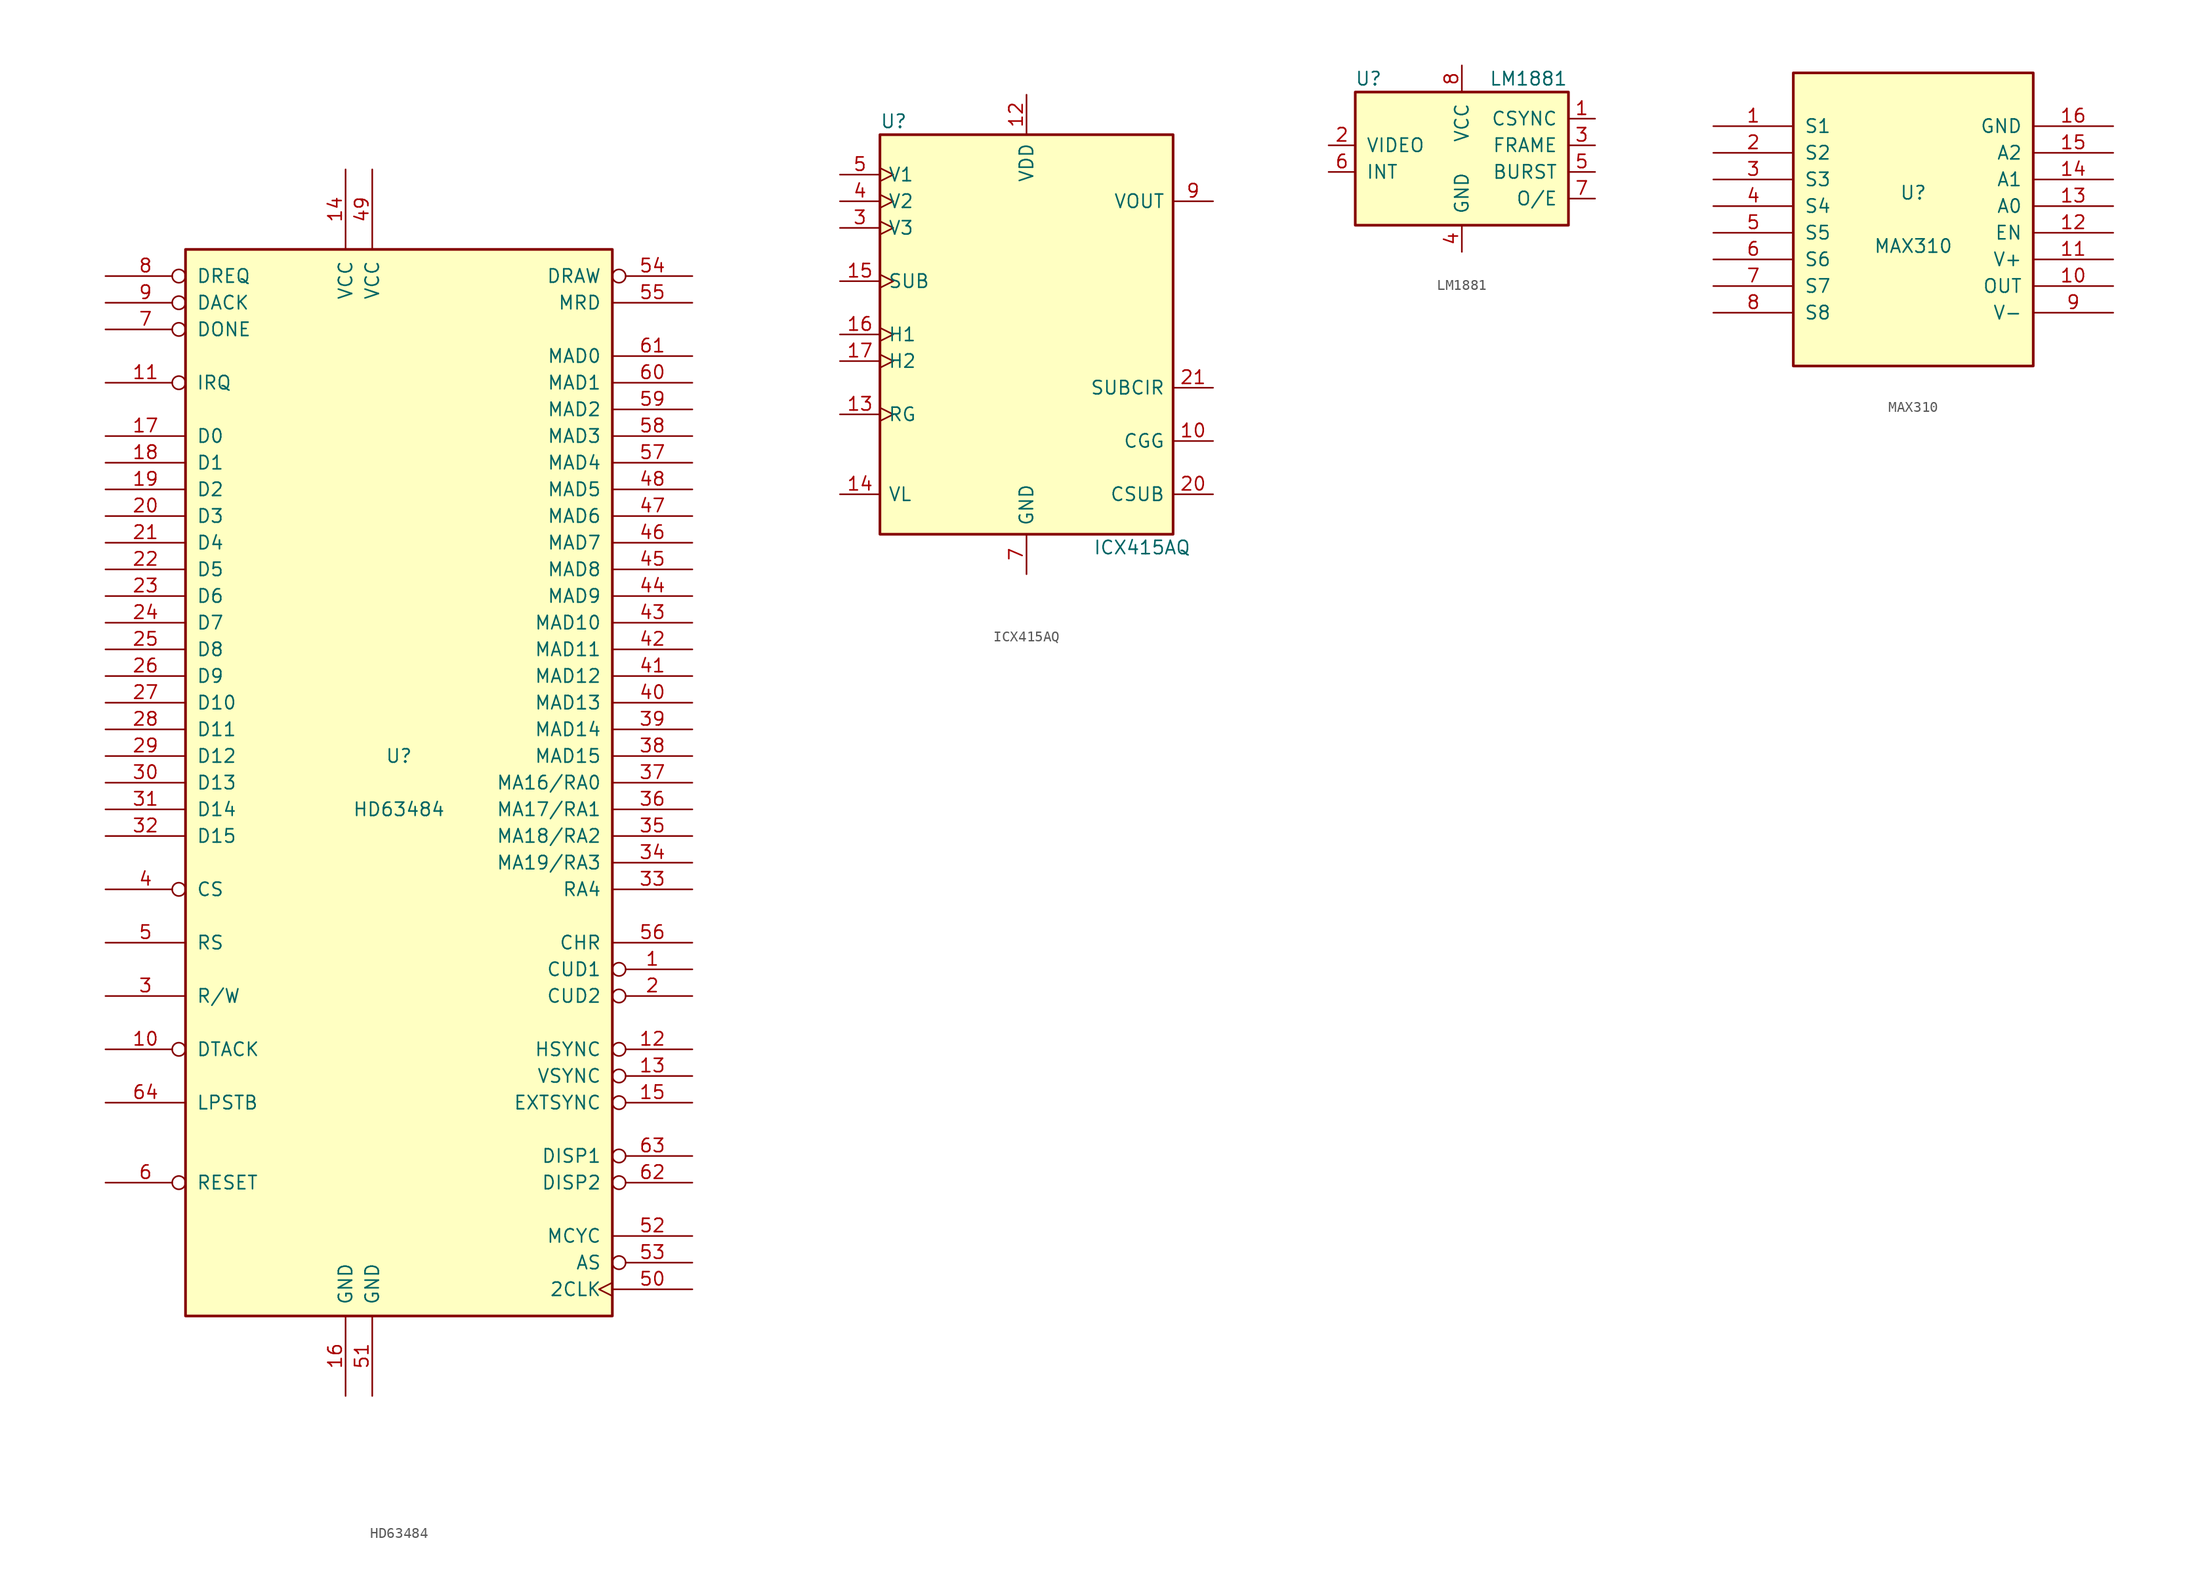
<source format=kicad_sym>
(kicad_symbol_lib
  (version 20241209)
  (generator "kicad_symbol_editor")
  (generator_version "9.0")
  (symbol "HD63484"
    (pin_names
      (offset 1.016))
    (property "Reference" "U"
      (at 0 2.54 0)
      (effects (font (size 1.27 1.27))))
    (property "Value" "HD63484"
      (at 0 -2.54 0)
      (effects (font (size 1.27 1.27))))
    (symbol "HD63484_0_1"
      (rectangle (start -20.32 -50.8) (end 20.32 50.8) (stroke (width 0.254) (type default)) (fill (type background))))
    (symbol "HD63484_1_1"
      (pin output inverted (at -27.94 48.26 0) (length 7.62) (name "DREQ" (effects (font (size 1.27 1.27)))) (number "8" (effects (font (size 1.27 1.27)))))
      (pin input inverted (at -27.94 45.72 0) (length 7.62) (name "DACK" (effects (font (size 1.27 1.27)))) (number "9" (effects (font (size 1.27 1.27)))))
      (pin input inverted (at -27.94 43.18 0) (length 7.62) (name "DONE" (effects (font (size 1.27 1.27)))) (number "7" (effects (font (size 1.27 1.27)))))
      (pin output inverted (at -27.94 38.1 0) (length 7.62) (name "IRQ" (effects (font (size 1.27 1.27)))) (number "11" (effects (font (size 1.27 1.27)))))
      (pin tri_state line (at -27.94 33.02 0) (length 7.62) (name "D0" (effects (font (size 1.27 1.27)))) (number "17" (effects (font (size 1.27 1.27)))))
      (pin tri_state line (at -27.94 30.48 0) (length 7.62) (name "D1" (effects (font (size 1.27 1.27)))) (number "18" (effects (font (size 1.27 1.27)))))
      (pin tri_state line (at -27.94 27.94 0) (length 7.62) (name "D2" (effects (font (size 1.27 1.27)))) (number "19" (effects (font (size 1.27 1.27)))))
      (pin tri_state line (at -27.94 25.4 0) (length 7.62) (name "D3" (effects (font (size 1.27 1.27)))) (number "20" (effects (font (size 1.27 1.27)))))
      (pin tri_state line (at -27.94 22.86 0) (length 7.62) (name "D4" (effects (font (size 1.27 1.27)))) (number "21" (effects (font (size 1.27 1.27)))))
      (pin tri_state line (at -27.94 20.32 0) (length 7.62) (name "D5" (effects (font (size 1.27 1.27)))) (number "22" (effects (font (size 1.27 1.27)))))
      (pin tri_state line (at -27.94 17.78 0) (length 7.62) (name "D6" (effects (font (size 1.27 1.27)))) (number "23" (effects (font (size 1.27 1.27)))))
      (pin tri_state line (at -27.94 15.24 0) (length 7.62) (name "D7" (effects (font (size 1.27 1.27)))) (number "24" (effects (font (size 1.27 1.27)))))
      (pin tri_state line (at -27.94 12.7 0) (length 7.62) (name "D8" (effects (font (size 1.27 1.27)))) (number "25" (effects (font (size 1.27 1.27)))))
      (pin tri_state line (at -27.94 10.16 0) (length 7.62) (name "D9" (effects (font (size 1.27 1.27)))) (number "26" (effects (font (size 1.27 1.27)))))
      (pin tri_state line (at -27.94 7.62 0) (length 7.62) (name "D10" (effects (font (size 1.27 1.27)))) (number "27" (effects (font (size 1.27 1.27)))))
      (pin tri_state line (at -27.94 5.08 0) (length 7.62) (name "D11" (effects (font (size 1.27 1.27)))) (number "28" (effects (font (size 1.27 1.27)))))
      (pin tri_state line (at -27.94 2.54 0) (length 7.62) (name "D12" (effects (font (size 1.27 1.27)))) (number "29" (effects (font (size 1.27 1.27)))))
      (pin tri_state line (at -27.94 0 0) (length 7.62) (name "D13" (effects (font (size 1.27 1.27)))) (number "30" (effects (font (size 1.27 1.27)))))
      (pin tri_state line (at -27.94 -2.54 0) (length 7.62) (name "D14" (effects (font (size 1.27 1.27)))) (number "31" (effects (font (size 1.27 1.27)))))
      (pin tri_state line (at -27.94 -5.08 0) (length 7.62) (name "D15" (effects (font (size 1.27 1.27)))) (number "32" (effects (font (size 1.27 1.27)))))
      (pin input inverted (at -27.94 -10.16 0) (length 7.62) (name "CS" (effects (font (size 1.27 1.27)))) (number "4" (effects (font (size 1.27 1.27)))))
      (pin input line (at -27.94 -15.24 0) (length 7.62) (name "RS" (effects (font (size 1.27 1.27)))) (number "5" (effects (font (size 1.27 1.27)))))
      (pin input line (at -27.94 -20.32 0) (length 7.62) (name "R/W" (effects (font (size 1.27 1.27)))) (number "3" (effects (font (size 1.27 1.27)))))
      (pin output inverted (at -27.94 -25.4 0) (length 7.62) (name "DTACK" (effects (font (size 1.27 1.27)))) (number "10" (effects (font (size 1.27 1.27)))))
      (pin input line (at -27.94 -30.48 0) (length 7.62) (name "LPSTB" (effects (font (size 1.27 1.27)))) (number "64" (effects (font (size 1.27 1.27)))))
      (pin input inverted (at -27.94 -38.1 0) (length 7.62) (name "RESET" (effects (font (size 1.27 1.27)))) (number "6" (effects (font (size 1.27 1.27)))))
      (pin input line (at -5.08 58.42 270) (length 7.62) (name "VCC" (effects (font (size 1.27 1.27)))) (number "14" (effects (font (size 1.27 1.27)))))
      (pin input line (at -5.08 -58.42 90) (length 7.62) (name "GND" (effects (font (size 1.27 1.27)))) (number "16" (effects (font (size 1.27 1.27)))))
      (pin input line (at -2.54 58.42 270) (length 7.62) (name "VCC" (effects (font (size 1.27 1.27)))) (number "49" (effects (font (size 1.27 1.27)))))
      (pin input line (at -2.54 -58.42 90) (length 7.62) (name "GND" (effects (font (size 1.27 1.27)))) (number "51" (effects (font (size 1.27 1.27)))))
      (pin output inverted (at 27.94 48.26 180) (length 7.62) (name "DRAW" (effects (font (size 1.27 1.27)))) (number "54" (effects (font (size 1.27 1.27)))))
      (pin output line (at 27.94 45.72 180) (length 7.62) (name "MRD" (effects (font (size 1.27 1.27)))) (number "55" (effects (font (size 1.27 1.27)))))
      (pin tri_state line (at 27.94 40.64 180) (length 7.62) (name "MAD0" (effects (font (size 1.27 1.27)))) (number "61" (effects (font (size 1.27 1.27)))))
      (pin tri_state line (at 27.94 38.1 180) (length 7.62) (name "MAD1" (effects (font (size 1.27 1.27)))) (number "60" (effects (font (size 1.27 1.27)))))
      (pin tri_state line (at 27.94 35.56 180) (length 7.62) (name "MAD2" (effects (font (size 1.27 1.27)))) (number "59" (effects (font (size 1.27 1.27)))))
      (pin tri_state line (at 27.94 33.02 180) (length 7.62) (name "MAD3" (effects (font (size 1.27 1.27)))) (number "58" (effects (font (size 1.27 1.27)))))
      (pin tri_state line (at 27.94 30.48 180) (length 7.62) (name "MAD4" (effects (font (size 1.27 1.27)))) (number "57" (effects (font (size 1.27 1.27)))))
      (pin tri_state line (at 27.94 27.94 180) (length 7.62) (name "MAD5" (effects (font (size 1.27 1.27)))) (number "48" (effects (font (size 1.27 1.27)))))
      (pin tri_state line (at 27.94 25.4 180) (length 7.62) (name "MAD6" (effects (font (size 1.27 1.27)))) (number "47" (effects (font (size 1.27 1.27)))))
      (pin tri_state line (at 27.94 22.86 180) (length 7.62) (name "MAD7" (effects (font (size 1.27 1.27)))) (number "46" (effects (font (size 1.27 1.27)))))
      (pin tri_state line (at 27.94 20.32 180) (length 7.62) (name "MAD8" (effects (font (size 1.27 1.27)))) (number "45" (effects (font (size 1.27 1.27)))))
      (pin tri_state line (at 27.94 17.78 180) (length 7.62) (name "MAD9" (effects (font (size 1.27 1.27)))) (number "44" (effects (font (size 1.27 1.27)))))
      (pin tri_state line (at 27.94 15.24 180) (length 7.62) (name "MAD10" (effects (font (size 1.27 1.27)))) (number "43" (effects (font (size 1.27 1.27)))))
      (pin tri_state line (at 27.94 12.7 180) (length 7.62) (name "MAD11" (effects (font (size 1.27 1.27)))) (number "42" (effects (font (size 1.27 1.27)))))
      (pin tri_state line (at 27.94 10.16 180) (length 7.62) (name "MAD12" (effects (font (size 1.27 1.27)))) (number "41" (effects (font (size 1.27 1.27)))))
      (pin tri_state line (at 27.94 7.62 180) (length 7.62) (name "MAD13" (effects (font (size 1.27 1.27)))) (number "40" (effects (font (size 1.27 1.27)))))
      (pin tri_state line (at 27.94 5.08 180) (length 7.62) (name "MAD14" (effects (font (size 1.27 1.27)))) (number "39" (effects (font (size 1.27 1.27)))))
      (pin tri_state line (at 27.94 2.54 180) (length 7.62) (name "MAD15" (effects (font (size 1.27 1.27)))) (number "38" (effects (font (size 1.27 1.27)))))
      (pin output line (at 27.94 0 180) (length 7.62) (name "MA16/RA0" (effects (font (size 1.27 1.27)))) (number "37" (effects (font (size 1.27 1.27)))))
      (pin output line (at 27.94 -2.54 180) (length 7.62) (name "MA17/RA1" (effects (font (size 1.27 1.27)))) (number "36" (effects (font (size 1.27 1.27)))))
      (pin output line (at 27.94 -5.08 180) (length 7.62) (name "MA18/RA2" (effects (font (size 1.27 1.27)))) (number "35" (effects (font (size 1.27 1.27)))))
      (pin output line (at 27.94 -7.62 180) (length 7.62) (name "MA19/RA3" (effects (font (size 1.27 1.27)))) (number "34" (effects (font (size 1.27 1.27)))))
      (pin output line (at 27.94 -10.16 180) (length 7.62) (name "RA4" (effects (font (size 1.27 1.27)))) (number "33" (effects (font (size 1.27 1.27)))))
      (pin output line (at 27.94 -15.24 180) (length 7.62) (name "CHR" (effects (font (size 1.27 1.27)))) (number "56" (effects (font (size 1.27 1.27)))))
      (pin output inverted (at 27.94 -17.78 180) (length 7.62) (name "CUD1" (effects (font (size 1.27 1.27)))) (number "1" (effects (font (size 1.27 1.27)))))
      (pin output inverted (at 27.94 -20.32 180) (length 7.62) (name "CUD2" (effects (font (size 1.27 1.27)))) (number "2" (effects (font (size 1.27 1.27)))))
      (pin output inverted (at 27.94 -25.4 180) (length 7.62) (name "HSYNC" (effects (font (size 1.27 1.27)))) (number "12" (effects (font (size 1.27 1.27)))))
      (pin output inverted (at 27.94 -27.94 180) (length 7.62) (name "VSYNC" (effects (font (size 1.27 1.27)))) (number "13" (effects (font (size 1.27 1.27)))))
      (pin input inverted (at 27.94 -30.48 180) (length 7.62) (name "EXTSYNC" (effects (font (size 1.27 1.27)))) (number "15" (effects (font (size 1.27 1.27)))))
      (pin output inverted (at 27.94 -35.56 180) (length 7.62) (name "DISP1" (effects (font (size 1.27 1.27)))) (number "63" (effects (font (size 1.27 1.27)))))
      (pin output inverted (at 27.94 -38.1 180) (length 7.62) (name "DISP2" (effects (font (size 1.27 1.27)))) (number "62" (effects (font (size 1.27 1.27)))))
      (pin output line (at 27.94 -43.18 180) (length 7.62) (name "MCYC" (effects (font (size 1.27 1.27)))) (number "52" (effects (font (size 1.27 1.27)))))
      (pin output inverted (at 27.94 -45.72 180) (length 7.62) (name "AS" (effects (font (size 1.27 1.27)))) (number "53" (effects (font (size 1.27 1.27)))))
      (pin input clock (at 27.94 -48.26 180) (length 7.62) (name "2CLK" (effects (font (size 1.27 1.27)))) (number "50" (effects (font (size 1.27 1.27)))))))
  (symbol "ICX415AQ"
    (pin_names
      (offset 0.762))
    (property "Reference" "U"
      (at -13.97 20.32 0)
      (effects (font (size 1.27 1.27)) (justify left)))
    (property "Value" "ICX415AQ"
      (at 6.35 -20.32 0)
      (effects (font (size 1.27 1.27)) (justify left)))
    (symbol "ICX415AQ_0_1"
      (rectangle (start -13.97 19.05) (end 13.97 -19.05) (stroke (width 0.254) (type default)) (fill (type background))))
    (symbol "ICX415AQ_1_1"
      (pin input clock (at -17.78 15.24 0) (length 3.81) (name "V1" (effects (font (size 1.27 1.27)))) (number "5" (effects (font (size 1.27 1.27)))))
      (pin input clock (at -17.78 12.7 0) (length 3.81) (name "V2" (effects (font (size 1.27 1.27)))) (number "4" (effects (font (size 1.27 1.27)))))
      (pin input clock (at -17.78 10.16 0) (length 3.81) (name "V3" (effects (font (size 1.27 1.27)))) (number "3" (effects (font (size 1.27 1.27)))))
      (pin input clock (at -17.78 5.08 0) (length 3.81) (name "SUB" (effects (font (size 1.27 1.27)))) (number "15" (effects (font (size 1.27 1.27)))))
      (pin input clock (at -17.78 0 0) (length 3.81) (name "H1" (effects (font (size 1.27 1.27)))) (number "16" (effects (font (size 1.27 1.27)))))
      (pin input clock (at -17.78 -2.54 0) (length 3.81) (name "H2" (effects (font (size 1.27 1.27)))) (number "17" (effects (font (size 1.27 1.27)))))
      (pin input clock (at -17.78 -7.62 0) (length 3.81) (name "RG" (effects (font (size 1.27 1.27)))) (number "13" (effects (font (size 1.27 1.27)))))
      (pin power_in line (at -17.78 -15.24 0) (length 3.81) (name "VL" (effects (font (size 1.27 1.27)))) (number "14" (effects (font (size 1.27 1.27)))))
      (pin power_in line (at 0 22.86 270) (length 3.81) (name "VDD" (effects (font (size 1.27 1.27)))) (number "12" (effects (font (size 1.27 1.27)))))
      (pin power_in line (at 0 -22.86 90) (length 3.81) (name "GND" (effects (font (size 1.27 1.27)))) (number "7" (effects (font (size 1.27 1.27)))))
      (pin output line (at 17.78 12.7 180) (length 3.81) (name "VOUT" (effects (font (size 1.27 1.27)))) (number "9" (effects (font (size 1.27 1.27)))))
      (pin power_in line (at 17.78 -5.08 180) (length 3.81) (name "SUBCIR" (effects (font (size 1.27 1.27)))) (number "21" (effects (font (size 1.27 1.27)))))
      (pin input line (at 17.78 -10.16 180) (length 3.81) (name "CGG" (effects (font (size 1.27 1.27)))) (number "10" (effects (font (size 1.27 1.27)))))
      (pin input line (at 17.78 -15.24 180) (length 3.81) (name "CSUB" (effects (font (size 1.27 1.27)))) (number "20" (effects (font (size 1.27 1.27)))))))
  (symbol "LM1881"
    (pin_names
      (offset 1.016))
    (property "Reference" "U"
      (at -8.89 8.89 0)
      (effects (font (size 1.27 1.27))))
    (property "Value" "LM1881"
      (at 6.35 8.89 0)
      (effects (font (size 1.27 1.27))))
    (symbol "LM1881_0_1"
      (rectangle (start -10.16 7.62) (end 10.16 -5.08) (stroke (width 0.254) (type default)) (fill (type background))))
    (symbol "LM1881_1_1"
      (pin input line (at -12.7 2.54 0) (length 2.54) (name "VIDEO" (effects (font (size 1.27 1.27)))) (number "2" (effects (font (size 1.27 1.27)))))
      (pin input line (at -12.7 0 0) (length 2.54) (name "INT" (effects (font (size 1.27 1.27)))) (number "6" (effects (font (size 1.27 1.27)))))
      (pin power_in line (at 0 10.16 270) (length 2.54) (name "VCC" (effects (font (size 1.27 1.27)))) (number "8" (effects (font (size 1.27 1.27)))))
      (pin power_in line (at 0 -7.62 90) (length 2.54) (name "GND" (effects (font (size 1.27 1.27)))) (number "4" (effects (font (size 1.27 1.27)))))
      (pin output line (at 12.7 5.08 180) (length 2.54) (name "CSYNC" (effects (font (size 1.27 1.27)))) (number "1" (effects (font (size 1.27 1.27)))))
      (pin output line (at 12.7 2.54 180) (length 2.54) (name "FRAME" (effects (font (size 1.27 1.27)))) (number "3" (effects (font (size 1.27 1.27)))))
      (pin output line (at 12.7 0 180) (length 2.54) (name "BURST" (effects (font (size 1.27 1.27)))) (number "5" (effects (font (size 1.27 1.27)))))
      (pin output line (at 12.7 -2.54 180) (length 2.54) (name "O/E" (effects (font (size 1.27 1.27)))) (number "7" (effects (font (size 1.27 1.27)))))))
  (symbol "MAX310"
    (pin_names
      (offset 1.016))
    (property "Reference" "U"
      (at 0 2.54 0)
      (effects (font (size 1.27 1.27))))
    (property "Value" "MAX310"
      (at 0 -2.54 0)
      (effects (font (size 1.27 1.27))))
    (symbol "MAX310_0_1"
      (rectangle (start -11.43 -13.97) (end 11.43 13.97) (stroke (width 0.254) (type default)) (fill (type background))))
    (symbol "MAX310_1_1"
      (pin input line (at -19.05 8.89 0) (length 7.62) (name "S1" (effects (font (size 1.27 1.27)))) (number "1" (effects (font (size 1.27 1.27)))))
      (pin input line (at -19.05 6.35 0) (length 7.62) (name "S2" (effects (font (size 1.27 1.27)))) (number "2" (effects (font (size 1.27 1.27)))))
      (pin input line (at -19.05 3.81 0) (length 7.62) (name "S3" (effects (font (size 1.27 1.27)))) (number "3" (effects (font (size 1.27 1.27)))))
      (pin input line (at -19.05 1.27 0) (length 7.62) (name "S4" (effects (font (size 1.27 1.27)))) (number "4" (effects (font (size 1.27 1.27)))))
      (pin input line (at -19.05 -1.27 0) (length 7.62) (name "S5" (effects (font (size 1.27 1.27)))) (number "5" (effects (font (size 1.27 1.27)))))
      (pin input line (at -19.05 -3.81 0) (length 7.62) (name "S6" (effects (font (size 1.27 1.27)))) (number "6" (effects (font (size 1.27 1.27)))))
      (pin input line (at -19.05 -6.35 0) (length 7.62) (name "S7" (effects (font (size 1.27 1.27)))) (number "7" (effects (font (size 1.27 1.27)))))
      (pin input line (at -19.05 -8.89 0) (length 7.62) (name "S8" (effects (font (size 1.27 1.27)))) (number "8" (effects (font (size 1.27 1.27)))))
      (pin input line (at 19.05 8.89 180) (length 7.62) (name "GND" (effects (font (size 1.27 1.27)))) (number "16" (effects (font (size 1.27 1.27)))))
      (pin input line (at 19.05 6.35 180) (length 7.62) (name "A2" (effects (font (size 1.27 1.27)))) (number "15" (effects (font (size 1.27 1.27)))))
      (pin input line (at 19.05 3.81 180) (length 7.62) (name "A1" (effects (font (size 1.27 1.27)))) (number "14" (effects (font (size 1.27 1.27)))))
      (pin input line (at 19.05 1.27 180) (length 7.62) (name "A0" (effects (font (size 1.27 1.27)))) (number "13" (effects (font (size 1.27 1.27)))))
      (pin input line (at 19.05 -1.27 180) (length 7.62) (name "EN" (effects (font (size 1.27 1.27)))) (number "12" (effects (font (size 1.27 1.27)))))
      (pin input line (at 19.05 -3.81 180) (length 7.62) (name "V+" (effects (font (size 1.27 1.27)))) (number "11" (effects (font (size 1.27 1.27)))))
      (pin input line (at 19.05 -6.35 180) (length 7.62) (name "OUT" (effects (font (size 1.27 1.27)))) (number "10" (effects (font (size 1.27 1.27)))))
      (pin input line (at 19.05 -8.89 180) (length 7.62) (name "V-" (effects (font (size 1.27 1.27)))) (number "9" (effects (font (size 1.27 1.27))))))))
</source>
